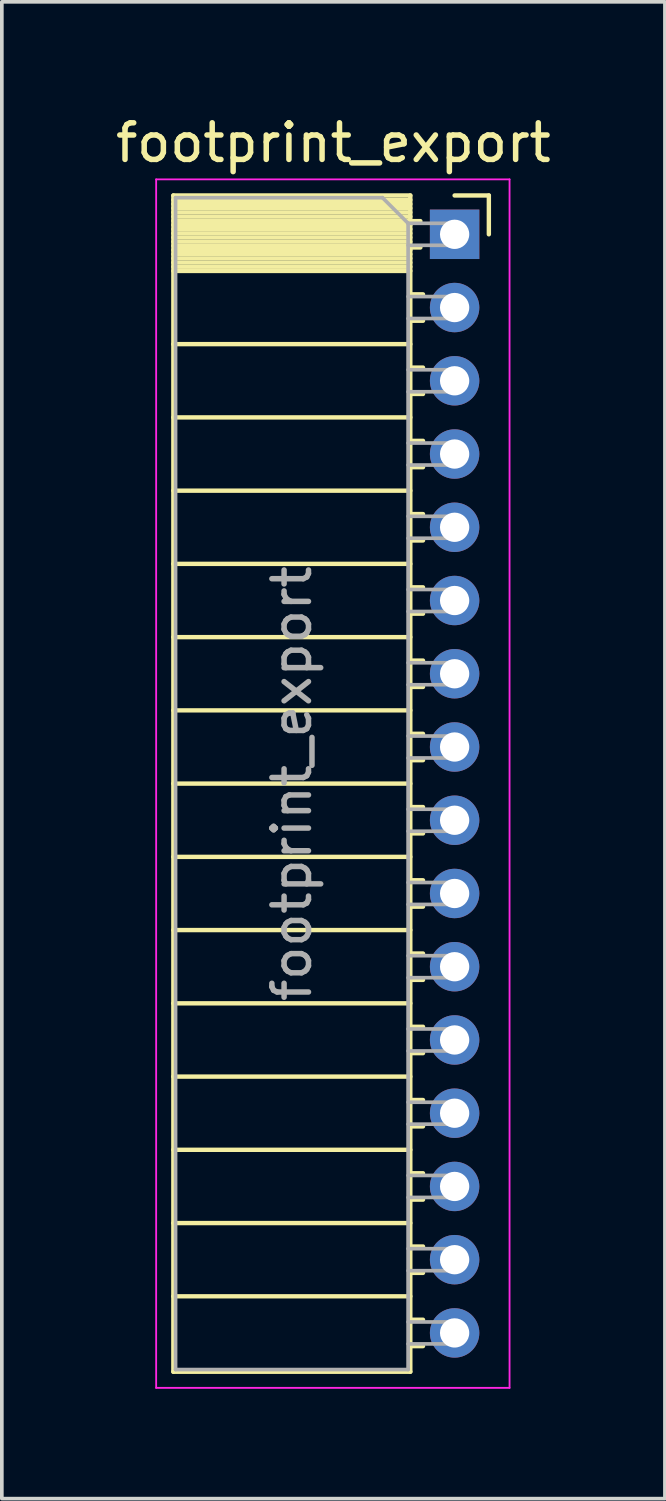
<source format=kicad_pcb>
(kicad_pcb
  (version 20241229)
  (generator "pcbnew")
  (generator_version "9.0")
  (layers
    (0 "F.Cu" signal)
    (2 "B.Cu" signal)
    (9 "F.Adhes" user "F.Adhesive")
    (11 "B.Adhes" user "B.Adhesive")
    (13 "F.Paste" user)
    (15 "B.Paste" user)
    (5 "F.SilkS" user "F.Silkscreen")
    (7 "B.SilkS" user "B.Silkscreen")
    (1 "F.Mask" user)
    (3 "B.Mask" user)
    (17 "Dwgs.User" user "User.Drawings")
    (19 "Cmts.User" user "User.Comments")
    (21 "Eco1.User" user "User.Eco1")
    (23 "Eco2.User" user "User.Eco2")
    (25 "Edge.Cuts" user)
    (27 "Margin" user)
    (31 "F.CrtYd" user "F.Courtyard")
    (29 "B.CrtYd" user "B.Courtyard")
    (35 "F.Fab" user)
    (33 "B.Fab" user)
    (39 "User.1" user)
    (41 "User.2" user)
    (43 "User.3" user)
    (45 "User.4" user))
  (footprint "footprint_export"
    (layer "F.Cu")
    (at 9.364 3.348)
    (property "Reference" "footprint_export" (at -3.31 -2.5 0) (layer "F.SilkS") (effects (font (size 1 1) (thickness 0.15))))
    (attr through_hole)
    (fp_line (start -7.68 -1.06) (end -7.68 31.06) (stroke (width 0.12) (type solid)) (layer "F.SilkS"))
    (fp_line (start -7.68 -1.06) (end -1.21 -1.06) (stroke (width 0.12) (type solid)) (layer "F.SilkS"))
    (fp_line (start -7.68 -0.94) (end -1.21 -0.94) (stroke (width 0.12) (type solid)) (layer "F.SilkS"))
    (fp_line (start -7.68 -0.826) (end -1.21 -0.826) (stroke (width 0.12) (type solid)) (layer "F.SilkS"))
    (fp_line (start -7.68 -0.712) (end -1.21 -0.712) (stroke (width 0.12) (type solid)) (layer "F.SilkS"))
    (fp_line (start -7.68 -0.598) (end -1.21 -0.598) (stroke (width 0.12) (type solid)) (layer "F.SilkS"))
    (fp_line (start -7.68 -0.484) (end -1.21 -0.484) (stroke (width 0.12) (type solid)) (layer "F.SilkS"))
    (fp_line (start -7.68 -0.369) (end -1.21 -0.369) (stroke (width 0.12) (type solid)) (layer "F.SilkS"))
    (fp_line (start -7.68 -0.255) (end -1.21 -0.255) (stroke (width 0.12) (type solid)) (layer "F.SilkS"))
    (fp_line (start -7.68 -0.141) (end -1.21 -0.141) (stroke (width 0.12) (type solid)) (layer "F.SilkS"))
    (fp_line (start -7.68 -0.027) (end -1.21 -0.027) (stroke (width 0.12) (type solid)) (layer "F.SilkS"))
    (fp_line (start -7.68 0.087) (end -1.21 0.087) (stroke (width 0.12) (type solid)) (layer "F.SilkS"))
    (fp_line (start -7.68 0.201) (end -1.21 0.201) (stroke (width 0.12) (type solid)) (layer "F.SilkS"))
    (fp_line (start -7.68 0.315) (end -1.21 0.315) (stroke (width 0.12) (type solid)) (layer "F.SilkS"))
    (fp_line (start -7.68 0.429) (end -1.21 0.429) (stroke (width 0.12) (type solid)) (layer "F.SilkS"))
    (fp_line (start -7.68 0.544) (end -1.21 0.544) (stroke (width 0.12) (type solid)) (layer "F.SilkS"))
    (fp_line (start -7.68 0.658) (end -1.21 0.658) (stroke (width 0.12) (type solid)) (layer "F.SilkS"))
    (fp_line (start -7.68 0.772) (end -1.21 0.772) (stroke (width 0.12) (type solid)) (layer "F.SilkS"))
    (fp_line (start -7.68 0.886) (end -1.21 0.886) (stroke (width 0.12) (type solid)) (layer "F.SilkS"))
    (fp_line (start -7.68 1) (end -1.21 1) (stroke (width 0.12) (type solid)) (layer "F.SilkS"))
    (fp_line (start -7.68 3) (end -1.21 3) (stroke (width 0.12) (type solid)) (layer "F.SilkS"))
    (fp_line (start -7.68 5) (end -1.21 5) (stroke (width 0.12) (type solid)) (layer "F.SilkS"))
    (fp_line (start -7.68 7) (end -1.21 7) (stroke (width 0.12) (type solid)) (layer "F.SilkS"))
    (fp_line (start -7.68 9) (end -1.21 9) (stroke (width 0.12) (type solid)) (layer "F.SilkS"))
    (fp_line (start -7.68 11) (end -1.21 11) (stroke (width 0.12) (type solid)) (layer "F.SilkS"))
    (fp_line (start -7.68 13) (end -1.21 13) (stroke (width 0.12) (type solid)) (layer "F.SilkS"))
    (fp_line (start -7.68 15) (end -1.21 15) (stroke (width 0.12) (type solid)) (layer "F.SilkS"))
    (fp_line (start -7.68 17) (end -1.21 17) (stroke (width 0.12) (type solid)) (layer "F.SilkS"))
    (fp_line (start -7.68 19) (end -1.21 19) (stroke (width 0.12) (type solid)) (layer "F.SilkS"))
    (fp_line (start -7.68 21) (end -1.21 21) (stroke (width 0.12) (type solid)) (layer "F.SilkS"))
    (fp_line (start -7.68 23) (end -1.21 23) (stroke (width 0.12) (type solid)) (layer "F.SilkS"))
    (fp_line (start -7.68 25) (end -1.21 25) (stroke (width 0.12) (type solid)) (layer "F.SilkS"))
    (fp_line (start -7.68 27) (end -1.21 27) (stroke (width 0.12) (type solid)) (layer "F.SilkS"))
    (fp_line (start -7.68 29) (end -1.21 29) (stroke (width 0.12) (type solid)) (layer "F.SilkS"))
    (fp_line (start -7.68 31.06) (end -1.21 31.06) (stroke (width 0.12) (type solid)) (layer "F.SilkS"))
    (fp_line (start -1.21 -1.06) (end -1.21 31.06) (stroke (width 0.12) (type solid)) (layer "F.SilkS"))
    (fp_line (start -1.21 -0.36) (end -0.935 -0.36) (stroke (width 0.12) (type solid)) (layer "F.SilkS"))
    (fp_line (start -1.21 0.36) (end -0.935 0.36) (stroke (width 0.12) (type solid)) (layer "F.SilkS"))
    (fp_line (start -1.21 1.64) (end -0.863 1.64) (stroke (width 0.12) (type solid)) (layer "F.SilkS"))
    (fp_line (start -1.21 2.36) (end -0.863 2.36) (stroke (width 0.12) (type solid)) (layer "F.SilkS"))
    (fp_line (start -1.21 3.64) (end -0.863 3.64) (stroke (width 0.12) (type solid)) (layer "F.SilkS"))
    (fp_line (start -1.21 4.36) (end -0.863 4.36) (stroke (width 0.12) (type solid)) (layer "F.SilkS"))
    (fp_line (start -1.21 5.64) (end -0.863 5.64) (stroke (width 0.12) (type solid)) (layer "F.SilkS"))
    (fp_line (start -1.21 6.36) (end -0.863 6.36) (stroke (width 0.12) (type solid)) (layer "F.SilkS"))
    (fp_line (start -1.21 7.64) (end -0.863 7.64) (stroke (width 0.12) (type solid)) (layer "F.SilkS"))
    (fp_line (start -1.21 8.36) (end -0.863 8.36) (stroke (width 0.12) (type solid)) (layer "F.SilkS"))
    (fp_line (start -1.21 9.64) (end -0.863 9.64) (stroke (width 0.12) (type solid)) (layer "F.SilkS"))
    (fp_line (start -1.21 10.36) (end -0.863 10.36) (stroke (width 0.12) (type solid)) (layer "F.SilkS"))
    (fp_line (start -1.21 11.64) (end -0.863 11.64) (stroke (width 0.12) (type solid)) (layer "F.SilkS"))
    (fp_line (start -1.21 12.36) (end -0.863 12.36) (stroke (width 0.12) (type solid)) (layer "F.SilkS"))
    (fp_line (start -1.21 13.64) (end -0.863 13.64) (stroke (width 0.12) (type solid)) (layer "F.SilkS"))
    (fp_line (start -1.21 14.36) (end -0.863 14.36) (stroke (width 0.12) (type solid)) (layer "F.SilkS"))
    (fp_line (start -1.21 15.64) (end -0.863 15.64) (stroke (width 0.12) (type solid)) (layer "F.SilkS"))
    (fp_line (start -1.21 16.36) (end -0.863 16.36) (stroke (width 0.12) (type solid)) (layer "F.SilkS"))
    (fp_line (start -1.21 17.64) (end -0.863 17.64) (stroke (width 0.12) (type solid)) (layer "F.SilkS"))
    (fp_line (start -1.21 18.36) (end -0.863 18.36) (stroke (width 0.12) (type solid)) (layer "F.SilkS"))
    (fp_line (start -1.21 19.64) (end -0.863 19.64) (stroke (width 0.12) (type solid)) (layer "F.SilkS"))
    (fp_line (start -1.21 20.36) (end -0.863 20.36) (stroke (width 0.12) (type solid)) (layer "F.SilkS"))
    (fp_line (start -1.21 21.64) (end -0.863 21.64) (stroke (width 0.12) (type solid)) (layer "F.SilkS"))
    (fp_line (start -1.21 22.36) (end -0.863 22.36) (stroke (width 0.12) (type solid)) (layer "F.SilkS"))
    (fp_line (start -1.21 23.64) (end -0.863 23.64) (stroke (width 0.12) (type solid)) (layer "F.SilkS"))
    (fp_line (start -1.21 24.36) (end -0.863 24.36) (stroke (width 0.12) (type solid)) (layer "F.SilkS"))
    (fp_line (start -1.21 25.64) (end -0.863 25.64) (stroke (width 0.12) (type solid)) (layer "F.SilkS"))
    (fp_line (start -1.21 26.36) (end -0.863 26.36) (stroke (width 0.12) (type solid)) (layer "F.SilkS"))
    (fp_line (start -1.21 27.64) (end -0.863 27.64) (stroke (width 0.12) (type solid)) (layer "F.SilkS"))
    (fp_line (start -1.21 28.36) (end -0.863 28.36) (stroke (width 0.12) (type solid)) (layer "F.SilkS"))
    (fp_line (start -1.21 29.64) (end -0.863 29.64) (stroke (width 0.12) (type solid)) (layer "F.SilkS"))
    (fp_line (start -1.21 30.36) (end -0.863 30.36) (stroke (width 0.12) (type solid)) (layer "F.SilkS"))
    (fp_line (start 0 -1.06) (end 0.935 -1.06) (stroke (width 0.12) (type solid)) (layer "F.SilkS"))
    (fp_line (start 0.935 -1.06) (end 0.935 0) (stroke (width 0.12) (type solid)) (layer "F.SilkS"))
    (fp_line (start -8.15 -1.5) (end -8.15 31.5) (stroke (width 0.05) (type solid)) (layer "F.CrtYd"))
    (fp_line (start -8.15 31.5) (end 1.5 31.5) (stroke (width 0.05) (type solid)) (layer "F.CrtYd"))
    (fp_line (start 1.5 -1.5) (end -8.15 -1.5) (stroke (width 0.05) (type solid)) (layer "F.CrtYd"))
    (fp_line (start 1.5 31.5) (end 1.5 -1.5) (stroke (width 0.05) (type solid)) (layer "F.CrtYd"))
    (fp_line (start -7.62 -1) (end -1.97 -1) (stroke (width 0.1) (type solid)) (layer "F.Fab"))
    (fp_line (start -7.62 31) (end -7.62 -1) (stroke (width 0.1) (type solid)) (layer "F.Fab"))
    (fp_line (start -1.97 -1) (end -1.27 -0.3) (stroke (width 0.1) (type solid)) (layer "F.Fab"))
    (fp_line (start -1.27 -0.3) (end -1.27 31) (stroke (width 0.1) (type solid)) (layer "F.Fab"))
    (fp_line (start -1.27 0.3) (end 0 0.3) (stroke (width 0.1) (type solid)) (layer "F.Fab"))
    (fp_line (start -1.27 2.3) (end 0 2.3) (stroke (width 0.1) (type solid)) (layer "F.Fab"))
    (fp_line (start -1.27 4.3) (end 0 4.3) (stroke (width 0.1) (type solid)) (layer "F.Fab"))
    (fp_line (start -1.27 6.3) (end 0 6.3) (stroke (width 0.1) (type solid)) (layer "F.Fab"))
    (fp_line (start -1.27 8.3) (end 0 8.3) (stroke (width 0.1) (type solid)) (layer "F.Fab"))
    (fp_line (start -1.27 10.3) (end 0 10.3) (stroke (width 0.1) (type solid)) (layer "F.Fab"))
    (fp_line (start -1.27 12.3) (end 0 12.3) (stroke (width 0.1) (type solid)) (layer "F.Fab"))
    (fp_line (start -1.27 14.3) (end 0 14.3) (stroke (width 0.1) (type solid)) (layer "F.Fab"))
    (fp_line (start -1.27 16.3) (end 0 16.3) (stroke (width 0.1) (type solid)) (layer "F.Fab"))
    (fp_line (start -1.27 18.3) (end 0 18.3) (stroke (width 0.1) (type solid)) (layer "F.Fab"))
    (fp_line (start -1.27 20.3) (end 0 20.3) (stroke (width 0.1) (type solid)) (layer "F.Fab"))
    (fp_line (start -1.27 22.3) (end 0 22.3) (stroke (width 0.1) (type solid)) (layer "F.Fab"))
    (fp_line (start -1.27 24.3) (end 0 24.3) (stroke (width 0.1) (type solid)) (layer "F.Fab"))
    (fp_line (start -1.27 26.3) (end 0 26.3) (stroke (width 0.1) (type solid)) (layer "F.Fab"))
    (fp_line (start -1.27 28.3) (end 0 28.3) (stroke (width 0.1) (type solid)) (layer "F.Fab"))
    (fp_line (start -1.27 30.3) (end 0 30.3) (stroke (width 0.1) (type solid)) (layer "F.Fab"))
    (fp_line (start -1.27 31) (end -7.62 31) (stroke (width 0.1) (type solid)) (layer "F.Fab"))
    (fp_line (start 0 -0.3) (end -1.27 -0.3) (stroke (width 0.1) (type solid)) (layer "F.Fab"))
    (fp_line (start 0 0.3) (end 0 -0.3) (stroke (width 0.1) (type solid)) (layer "F.Fab"))
    (fp_line (start 0 1.7) (end -1.27 1.7) (stroke (width 0.1) (type solid)) (layer "F.Fab"))
    (fp_line (start 0 2.3) (end 0 1.7) (stroke (width 0.1) (type solid)) (layer "F.Fab"))
    (fp_line (start 0 3.7) (end -1.27 3.7) (stroke (width 0.1) (type solid)) (layer "F.Fab"))
    (fp_line (start 0 4.3) (end 0 3.7) (stroke (width 0.1) (type solid)) (layer "F.Fab"))
    (fp_line (start 0 5.7) (end -1.27 5.7) (stroke (width 0.1) (type solid)) (layer "F.Fab"))
    (fp_line (start 0 6.3) (end 0 5.7) (stroke (width 0.1) (type solid)) (layer "F.Fab"))
    (fp_line (start 0 7.7) (end -1.27 7.7) (stroke (width 0.1) (type solid)) (layer "F.Fab"))
    (fp_line (start 0 8.3) (end 0 7.7) (stroke (width 0.1) (type solid)) (layer "F.Fab"))
    (fp_line (start 0 9.7) (end -1.27 9.7) (stroke (width 0.1) (type solid)) (layer "F.Fab"))
    (fp_line (start 0 10.3) (end 0 9.7) (stroke (width 0.1) (type solid)) (layer "F.Fab"))
    (fp_line (start 0 11.7) (end -1.27 11.7) (stroke (width 0.1) (type solid)) (layer "F.Fab"))
    (fp_line (start 0 12.3) (end 0 11.7) (stroke (width 0.1) (type solid)) (layer "F.Fab"))
    (fp_line (start 0 13.7) (end -1.27 13.7) (stroke (width 0.1) (type solid)) (layer "F.Fab"))
    (fp_line (start 0 14.3) (end 0 13.7) (stroke (width 0.1) (type solid)) (layer "F.Fab"))
    (fp_line (start 0 15.7) (end -1.27 15.7) (stroke (width 0.1) (type solid)) (layer "F.Fab"))
    (fp_line (start 0 16.3) (end 0 15.7) (stroke (width 0.1) (type solid)) (layer "F.Fab"))
    (fp_line (start 0 17.7) (end -1.27 17.7) (stroke (width 0.1) (type solid)) (layer "F.Fab"))
    (fp_line (start 0 18.3) (end 0 17.7) (stroke (width 0.1) (type solid)) (layer "F.Fab"))
    (fp_line (start 0 19.7) (end -1.27 19.7) (stroke (width 0.1) (type solid)) (layer "F.Fab"))
    (fp_line (start 0 20.3) (end 0 19.7) (stroke (width 0.1) (type solid)) (layer "F.Fab"))
    (fp_line (start 0 21.7) (end -1.27 21.7) (stroke (width 0.1) (type solid)) (layer "F.Fab"))
    (fp_line (start 0 22.3) (end 0 21.7) (stroke (width 0.1) (type solid)) (layer "F.Fab"))
    (fp_line (start 0 23.7) (end -1.27 23.7) (stroke (width 0.1) (type solid)) (layer "F.Fab"))
    (fp_line (start 0 24.3) (end 0 23.7) (stroke (width 0.1) (type solid)) (layer "F.Fab"))
    (fp_line (start 0 25.7) (end -1.27 25.7) (stroke (width 0.1) (type solid)) (layer "F.Fab"))
    (fp_line (start 0 26.3) (end 0 25.7) (stroke (width 0.1) (type solid)) (layer "F.Fab"))
    (fp_line (start 0 27.7) (end -1.27 27.7) (stroke (width 0.1) (type solid)) (layer "F.Fab"))
    (fp_line (start 0 28.3) (end 0 27.7) (stroke (width 0.1) (type solid)) (layer "F.Fab"))
    (fp_line (start 0 29.7) (end -1.27 29.7) (stroke (width 0.1) (type solid)) (layer "F.Fab"))
    (fp_line (start 0 30.3) (end 0 29.7) (stroke (width 0.1) (type solid)) (layer "F.Fab"))
    (fp_text user "${REFERENCE}" (at -4.445 15 90) (layer "F.Fab") (effects (font (size 1 1) (thickness 0.15))))
    (pad "1" thru_hole rect (at 0 0) (size 1.35 1.35) (drill 0.8) (layers "*.Cu" "*.Mask"))
    (pad "2" thru_hole oval (at 0 2) (size 1.35 1.35) (drill 0.8) (layers "*.Cu" "*.Mask"))
    (pad "3" thru_hole oval (at 0 4) (size 1.35 1.35) (drill 0.8) (layers "*.Cu" "*.Mask"))
    (pad "4" thru_hole oval (at 0 6) (size 1.35 1.35) (drill 0.8) (layers "*.Cu" "*.Mask"))
    (pad "5" thru_hole oval (at 0 8) (size 1.35 1.35) (drill 0.8) (layers "*.Cu" "*.Mask"))
    (pad "6" thru_hole oval (at 0 10) (size 1.35 1.35) (drill 0.8) (layers "*.Cu" "*.Mask"))
    (pad "7" thru_hole oval (at 0 12) (size 1.35 1.35) (drill 0.8) (layers "*.Cu" "*.Mask"))
    (pad "8" thru_hole oval (at 0 14) (size 1.35 1.35) (drill 0.8) (layers "*.Cu" "*.Mask"))
    (pad "9" thru_hole oval (at 0 16) (size 1.35 1.35) (drill 0.8) (layers "*.Cu" "*.Mask"))
    (pad "10" thru_hole oval (at 0 18) (size 1.35 1.35) (drill 0.8) (layers "*.Cu" "*.Mask"))
    (pad "11" thru_hole oval (at 0 20) (size 1.35 1.35) (drill 0.8) (layers "*.Cu" "*.Mask"))
    (pad "12" thru_hole oval (at 0 22) (size 1.35 1.35) (drill 0.8) (layers "*.Cu" "*.Mask"))
    (pad "13" thru_hole oval (at 0 24) (size 1.35 1.35) (drill 0.8) (layers "*.Cu" "*.Mask"))
    (pad "14" thru_hole oval (at 0 26) (size 1.35 1.35) (drill 0.8) (layers "*.Cu" "*.Mask"))
    (pad "15" thru_hole oval (at 0 28) (size 1.35 1.35) (drill 0.8) (layers "*.Cu" "*.Mask"))
    (pad "16" thru_hole oval (at 0 30) (size 1.35 1.35) (drill 0.8) (layers "*.Cu" "*.Mask")))
  (gr_rect
    (start -3 -3)
    (end 15.107 37.873)
    (stroke (width 0.1) (type default))
    (fill no)
    (layer "Edge.Cuts")))
</source>
